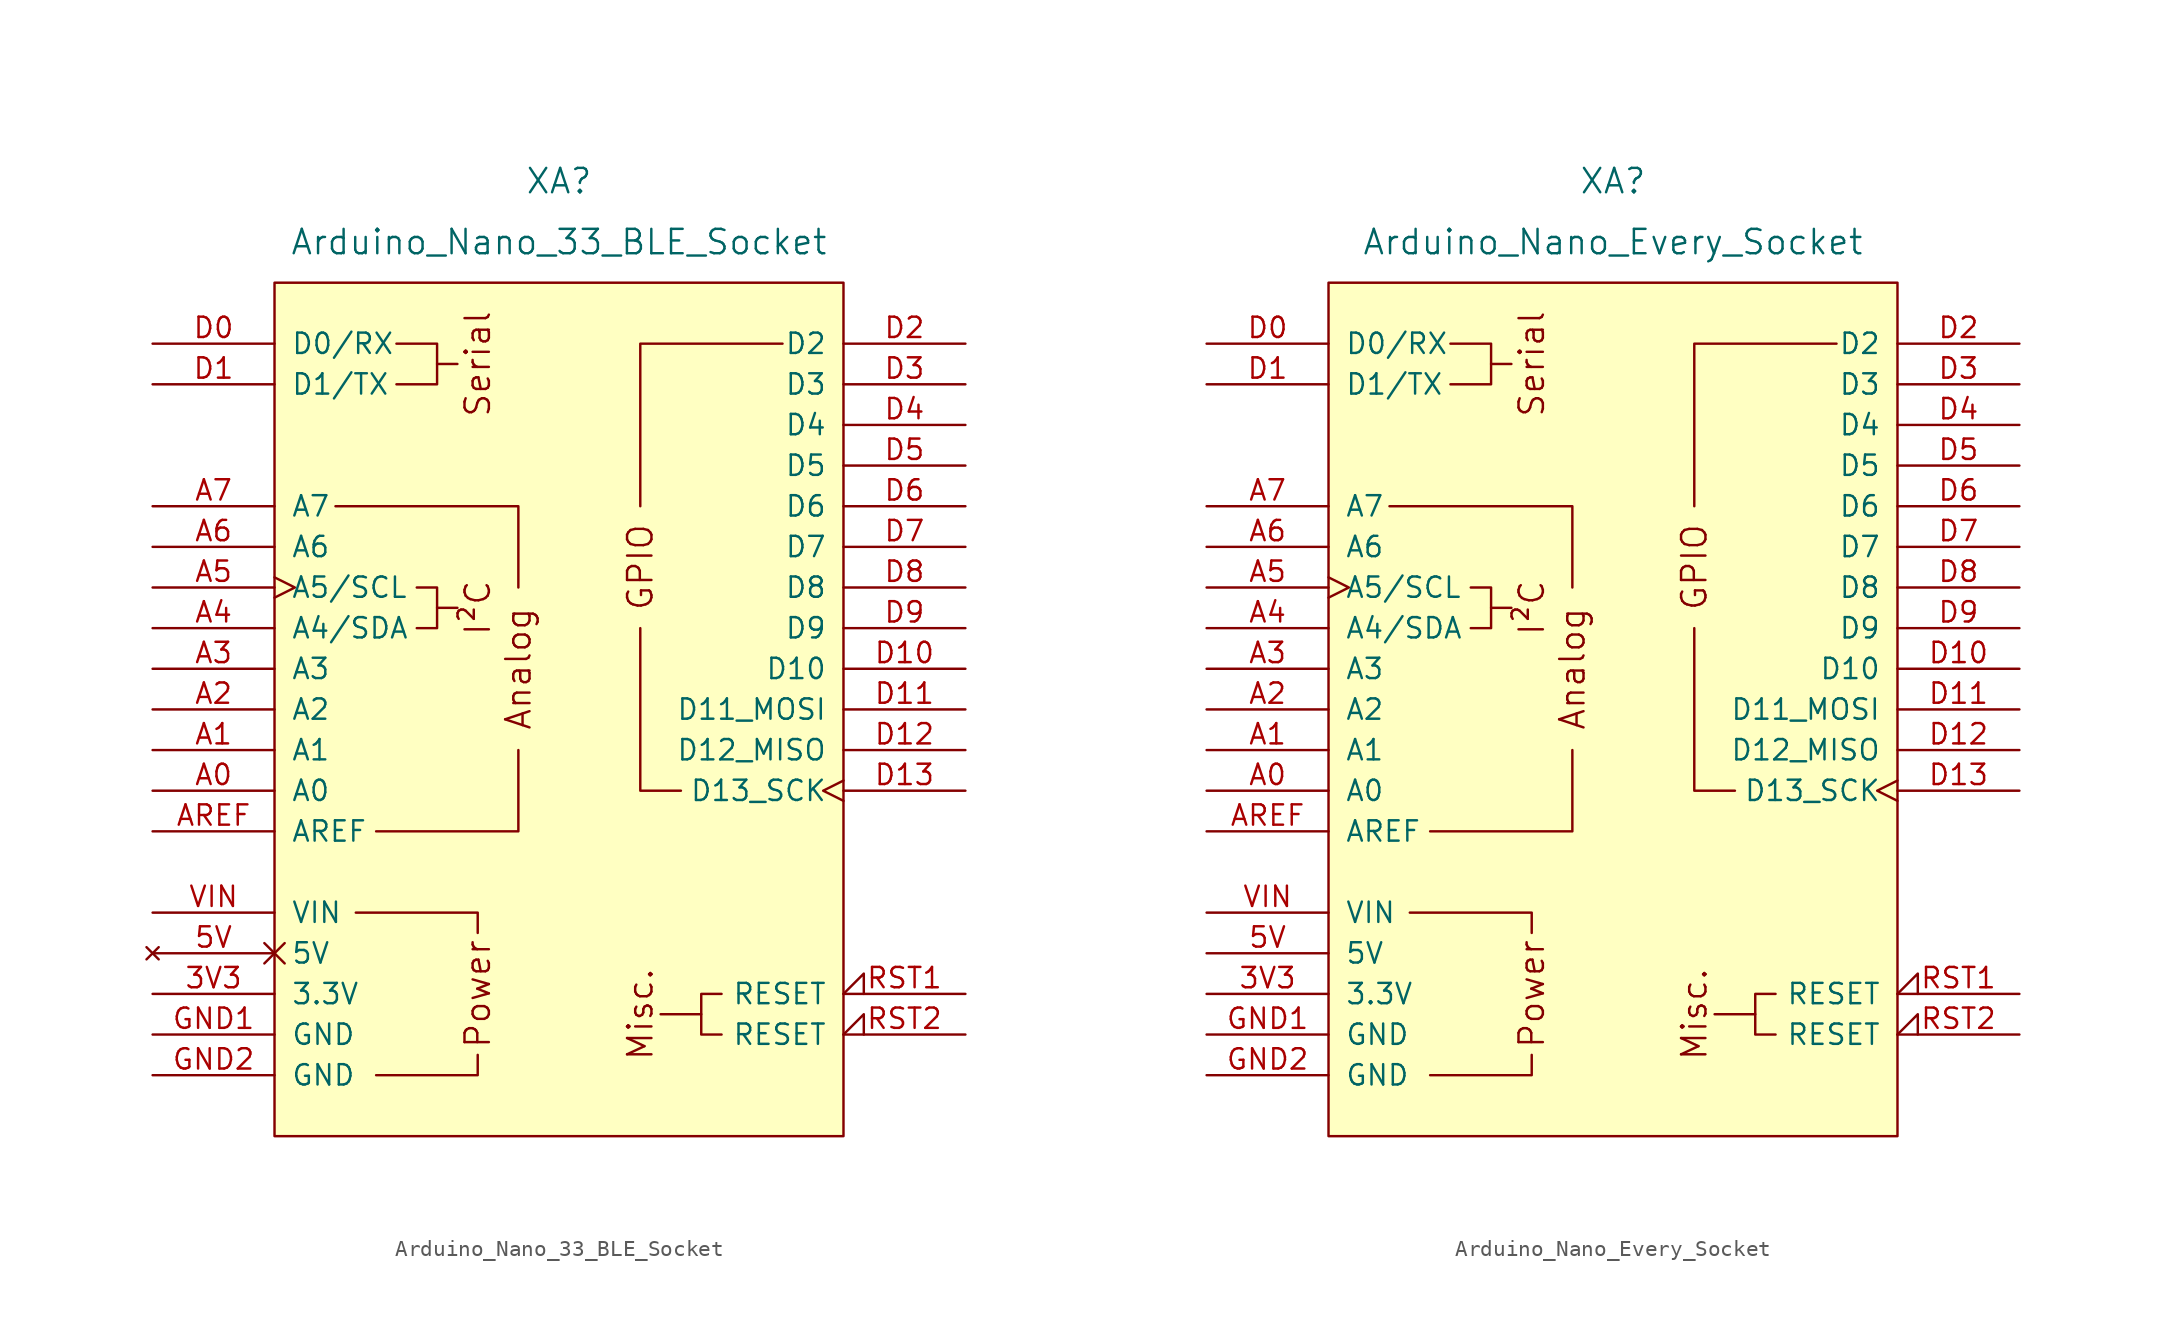
<source format=kicad_sym>
(kicad_symbol_lib
  (version 20211014)
  (generator kicad_symbol_editor)
  (symbol "Arduino_Nano_33_BLE_Socket"
    (pin_names
      (offset 1.016))
    (property "Reference" "XA"
      (at 0 33.02 0)
      (effects (font (size 1.524 1.524))))
    (property "Value" "Arduino_Nano_33_BLE_Socket"
      (at 0 29.21 0)
      (effects (font (size 1.524 1.524))))
    (symbol "Arduino_Nano_33_BLE_Socket_0_0"
      (rectangle (start -17.78 26.67) (end 17.78 -26.67) (stroke (width 0) (type default) (color 0 0 0 0)) (fill (type background)))
      (polyline (pts (xy -7.62 6.35) (xy -6.35 6.35)) (stroke (width 0) (type default) (color 0 0 0 0)) (fill (type none)))
      (polyline (pts (xy -7.62 21.59) (xy -6.35 21.59)) (stroke (width 0) (type default) (color 0 0 0 0)) (fill (type none)))
      (polyline (pts (xy 8.89 -19.05) (xy 6.35 -19.05)) (stroke (width 0) (type default) (color 0 0 0 0)) (fill (type none)))
      (polyline (pts (xy -11.43 -22.86) (xy -5.08 -22.86) (xy -5.08 -21.59)) (stroke (width 0) (type default) (color 0 0 0 0)) (fill (type none)))
      (polyline (pts (xy -5.08 -13.97) (xy -5.08 -12.7) (xy -12.7 -12.7)) (stroke (width 0) (type default) (color 0 0 0 0)) (fill (type none)))
      (polyline (pts (xy -10.16 22.86) (xy -7.62 22.86) (xy -7.62 20.32) (xy -10.16 20.32)) (stroke (width 0) (type default) (color 0 0 0 0)) (fill (type none)))
      (polyline (pts (xy -8.89 7.62) (xy -7.62 7.62) (xy -7.62 5.08) (xy -8.89 5.08)) (stroke (width 0) (type default) (color 0 0 0 0)) (fill (type none)))
      (text "Analog" (at -2.54 2.54 900) (effects (font (size 1.524 1.524))))
      (text "I²C" (at -5.08 6.35 900) (effects (font (size 1.524 1.524))))
      (text "Misc." (at 5.08 -19.05 900) (effects (font (size 1.524 1.524))))
      (text "Power" (at -5.08 -17.78 900) (effects (font (size 1.524 1.524))))
      (text "Serial" (at -5.08 21.59 900) (effects (font (size 1.524 1.524)))))
    (symbol "Arduino_Nano_33_BLE_Socket_0_1"
      (polyline (pts (xy -13.97 12.7) (xy -2.54 12.7) (xy -2.54 7.62)) (stroke (width 0) (type default) (color 0 0 0 0)) (fill (type none)))
      (polyline (pts (xy -11.43 -7.62) (xy -2.54 -7.62) (xy -2.54 -2.54)) (stroke (width 0) (type default) (color 0 0 0 0)) (fill (type none)))
      (polyline (pts (xy 7.62 -5.08) (xy 5.08 -5.08) (xy 5.08 5.08)) (stroke (width 0) (type default) (color 0 0 0 0)) (fill (type none)))
      (polyline (pts (xy 13.97 22.86) (xy 5.08 22.86) (xy 5.08 12.7)) (stroke (width 0) (type default) (color 0 0 0 0)) (fill (type none)))
      (polyline (pts (xy 10.16 -17.78) (xy 8.89 -17.78) (xy 8.89 -20.32) (xy 10.16 -20.32)) (stroke (width 0) (type default) (color 0 0 0 0)) (fill (type none))))
    (symbol "Arduino_Nano_33_BLE_Socket_1_0"
      (text "GPIO" (at 5.08 8.89 900) (effects (font (size 1.524 1.524)))))
    (symbol "Arduino_Nano_33_BLE_Socket_1_1"
      (pin power_in line (at -25.4 -17.78 0) (length 7.62) (name "3.3V" (effects (font (size 1.27 1.27)))) (number "3V3" (effects (font (size 1.27 1.27)))))
      (pin no_connect non_logic (at -25.4 -15.24 0) (length 7.62) (name "5V" (effects (font (size 1.27 1.27)))) (number "5V" (effects (font (size 1.27 1.27)))))
      (pin bidirectional line (at -25.4 -5.08 0) (length 7.62) (name "A0" (effects (font (size 1.27 1.27)))) (number "A0" (effects (font (size 1.27 1.27)))))
      (pin bidirectional line (at -25.4 -2.54 0) (length 7.62) (name "A1" (effects (font (size 1.27 1.27)))) (number "A1" (effects (font (size 1.27 1.27)))))
      (pin bidirectional line (at -25.4 0 0) (length 7.62) (name "A2" (effects (font (size 1.27 1.27)))) (number "A2" (effects (font (size 1.27 1.27)))))
      (pin bidirectional line (at -25.4 2.54 0) (length 7.62) (name "A3" (effects (font (size 1.27 1.27)))) (number "A3" (effects (font (size 1.27 1.27)))))
      (pin bidirectional line (at -25.4 5.08 0) (length 7.62) (name "A4/SDA" (effects (font (size 1.27 1.27)))) (number "A4" (effects (font (size 1.27 1.27)))))
      (pin bidirectional clock (at -25.4 7.62 0) (length 7.62) (name "A5/SCL" (effects (font (size 1.27 1.27)))) (number "A5" (effects (font (size 1.27 1.27)))))
      (pin input line (at -25.4 10.16 0) (length 7.62) (name "A6" (effects (font (size 1.27 1.27)))) (number "A6" (effects (font (size 1.27 1.27)))))
      (pin input line (at -25.4 12.7 0) (length 7.62) (name "A7" (effects (font (size 1.27 1.27)))) (number "A7" (effects (font (size 1.27 1.27)))))
      (pin input line (at -25.4 -7.62 0) (length 7.62) (name "AREF" (effects (font (size 1.27 1.27)))) (number "AREF" (effects (font (size 1.27 1.27)))))
      (pin bidirectional line (at -25.4 22.86 0) (length 7.62) (name "D0/RX" (effects (font (size 1.27 1.27)))) (number "D0" (effects (font (size 1.27 1.27)))))
      (pin bidirectional line (at -25.4 20.32 0) (length 7.62) (name "D1/TX" (effects (font (size 1.27 1.27)))) (number "D1" (effects (font (size 1.27 1.27)))))
      (pin bidirectional line (at 25.4 2.54 180) (length 7.62) (name "D10" (effects (font (size 1.27 1.27)))) (number "D10" (effects (font (size 1.27 1.27)))))
      (pin bidirectional line (at 25.4 0 180) (length 7.62) (name "D11_MOSI" (effects (font (size 1.27 1.27)))) (number "D11" (effects (font (size 1.27 1.27)))))
      (pin bidirectional line (at 25.4 -2.54 180) (length 7.62) (name "D12_MISO" (effects (font (size 1.27 1.27)))) (number "D12" (effects (font (size 1.27 1.27)))))
      (pin bidirectional clock (at 25.4 -5.08 180) (length 7.62) (name "D13_SCK" (effects (font (size 1.27 1.27)))) (number "D13" (effects (font (size 1.27 1.27)))))
      (pin bidirectional line (at 25.4 22.86 180) (length 7.62) (name "D2" (effects (font (size 1.27 1.27)))) (number "D2" (effects (font (size 1.27 1.27)))))
      (pin bidirectional line (at 25.4 20.32 180) (length 7.62) (name "D3" (effects (font (size 1.27 1.27)))) (number "D3" (effects (font (size 1.27 1.27)))))
      (pin bidirectional line (at 25.4 17.78 180) (length 7.62) (name "D4" (effects (font (size 1.27 1.27)))) (number "D4" (effects (font (size 1.27 1.27)))))
      (pin bidirectional line (at 25.4 15.24 180) (length 7.62) (name "D5" (effects (font (size 1.27 1.27)))) (number "D5" (effects (font (size 1.27 1.27)))))
      (pin bidirectional line (at 25.4 12.7 180) (length 7.62) (name "D6" (effects (font (size 1.27 1.27)))) (number "D6" (effects (font (size 1.27 1.27)))))
      (pin bidirectional line (at 25.4 10.16 180) (length 7.62) (name "D7" (effects (font (size 1.27 1.27)))) (number "D7" (effects (font (size 1.27 1.27)))))
      (pin bidirectional line (at 25.4 7.62 180) (length 7.62) (name "D8" (effects (font (size 1.27 1.27)))) (number "D8" (effects (font (size 1.27 1.27)))))
      (pin bidirectional line (at 25.4 5.08 180) (length 7.62) (name "D9" (effects (font (size 1.27 1.27)))) (number "D9" (effects (font (size 1.27 1.27)))))
      (pin power_in line (at -25.4 -20.32 0) (length 7.62) (name "GND" (effects (font (size 1.27 1.27)))) (number "GND1" (effects (font (size 1.27 1.27)))))
      (pin power_in line (at -25.4 -22.86 0) (length 7.62) (name "GND" (effects (font (size 1.27 1.27)))) (number "GND2" (effects (font (size 1.27 1.27)))))
      (pin open_collector input_low (at 25.4 -17.78 180) (length 7.62) (name "RESET" (effects (font (size 1.27 1.27)))) (number "RST1" (effects (font (size 1.27 1.27)))))
      (pin open_collector input_low (at 25.4 -20.32 180) (length 7.62) (name "RESET" (effects (font (size 1.27 1.27)))) (number "RST2" (effects (font (size 1.27 1.27)))))
      (pin power_in line (at -25.4 -12.7 0) (length 7.62) (name "VIN" (effects (font (size 1.27 1.27)))) (number "VIN" (effects (font (size 1.27 1.27)))))))
  (symbol "Arduino_Nano_Every_Socket"
    (pin_names
      (offset 1.016))
    (property "Reference" "XA"
      (at 0 33.02 0)
      (effects (font (size 1.524 1.524))))
    (property "Value" "Arduino_Nano_Every_Socket"
      (at 0 29.21 0)
      (effects (font (size 1.524 1.524))))
    (symbol "Arduino_Nano_Every_Socket_0_0"
      (rectangle (start -17.78 26.67) (end 17.78 -26.67) (stroke (width 0) (type default) (color 0 0 0 0)) (fill (type background)))
      (polyline (pts (xy -7.62 6.35) (xy -6.35 6.35)) (stroke (width 0) (type default) (color 0 0 0 0)) (fill (type none)))
      (polyline (pts (xy -7.62 21.59) (xy -6.35 21.59)) (stroke (width 0) (type default) (color 0 0 0 0)) (fill (type none)))
      (polyline (pts (xy 8.89 -19.05) (xy 6.35 -19.05)) (stroke (width 0) (type default) (color 0 0 0 0)) (fill (type none)))
      (polyline (pts (xy -11.43 -22.86) (xy -5.08 -22.86) (xy -5.08 -21.59)) (stroke (width 0) (type default) (color 0 0 0 0)) (fill (type none)))
      (polyline (pts (xy -5.08 -13.97) (xy -5.08 -12.7) (xy -12.7 -12.7)) (stroke (width 0) (type default) (color 0 0 0 0)) (fill (type none)))
      (polyline (pts (xy -10.16 22.86) (xy -7.62 22.86) (xy -7.62 20.32) (xy -10.16 20.32)) (stroke (width 0) (type default) (color 0 0 0 0)) (fill (type none)))
      (polyline (pts (xy -8.89 7.62) (xy -7.62 7.62) (xy -7.62 5.08) (xy -8.89 5.08)) (stroke (width 0) (type default) (color 0 0 0 0)) (fill (type none)))
      (text "Analog" (at -2.54 2.54 900) (effects (font (size 1.524 1.524))))
      (text "I²C" (at -5.08 6.35 900) (effects (font (size 1.524 1.524))))
      (text "Misc." (at 5.08 -19.05 900) (effects (font (size 1.524 1.524))))
      (text "Power" (at -5.08 -17.78 900) (effects (font (size 1.524 1.524))))
      (text "Serial" (at -5.08 21.59 900) (effects (font (size 1.524 1.524)))))
    (symbol "Arduino_Nano_Every_Socket_0_1"
      (polyline (pts (xy -13.97 12.7) (xy -2.54 12.7) (xy -2.54 7.62)) (stroke (width 0) (type default) (color 0 0 0 0)) (fill (type none)))
      (polyline (pts (xy -11.43 -7.62) (xy -2.54 -7.62) (xy -2.54 -2.54)) (stroke (width 0) (type default) (color 0 0 0 0)) (fill (type none)))
      (polyline (pts (xy 7.62 -5.08) (xy 5.08 -5.08) (xy 5.08 5.08)) (stroke (width 0) (type default) (color 0 0 0 0)) (fill (type none)))
      (polyline (pts (xy 13.97 22.86) (xy 5.08 22.86) (xy 5.08 12.7)) (stroke (width 0) (type default) (color 0 0 0 0)) (fill (type none)))
      (polyline (pts (xy 10.16 -17.78) (xy 8.89 -17.78) (xy 8.89 -20.32) (xy 10.16 -20.32)) (stroke (width 0) (type default) (color 0 0 0 0)) (fill (type none))))
    (symbol "Arduino_Nano_Every_Socket_1_0"
      (text "GPIO" (at 5.08 8.89 900) (effects (font (size 1.524 1.524)))))
    (symbol "Arduino_Nano_Every_Socket_1_1"
      (pin power_out line (at -25.4 -17.78 0) (length 7.62) (name "3.3V" (effects (font (size 1.27 1.27)))) (number "3V3" (effects (font (size 1.27 1.27)))))
      (pin power_in line (at -25.4 -15.24 0) (length 7.62) (name "5V" (effects (font (size 1.27 1.27)))) (number "5V" (effects (font (size 1.27 1.27)))))
      (pin bidirectional line (at -25.4 -5.08 0) (length 7.62) (name "A0" (effects (font (size 1.27 1.27)))) (number "A0" (effects (font (size 1.27 1.27)))))
      (pin bidirectional line (at -25.4 -2.54 0) (length 7.62) (name "A1" (effects (font (size 1.27 1.27)))) (number "A1" (effects (font (size 1.27 1.27)))))
      (pin bidirectional line (at -25.4 0 0) (length 7.62) (name "A2" (effects (font (size 1.27 1.27)))) (number "A2" (effects (font (size 1.27 1.27)))))
      (pin bidirectional line (at -25.4 2.54 0) (length 7.62) (name "A3" (effects (font (size 1.27 1.27)))) (number "A3" (effects (font (size 1.27 1.27)))))
      (pin bidirectional line (at -25.4 5.08 0) (length 7.62) (name "A4/SDA" (effects (font (size 1.27 1.27)))) (number "A4" (effects (font (size 1.27 1.27)))))
      (pin bidirectional clock (at -25.4 7.62 0) (length 7.62) (name "A5/SCL" (effects (font (size 1.27 1.27)))) (number "A5" (effects (font (size 1.27 1.27)))))
      (pin input line (at -25.4 10.16 0) (length 7.62) (name "A6" (effects (font (size 1.27 1.27)))) (number "A6" (effects (font (size 1.27 1.27)))))
      (pin input line (at -25.4 12.7 0) (length 7.62) (name "A7" (effects (font (size 1.27 1.27)))) (number "A7" (effects (font (size 1.27 1.27)))))
      (pin input line (at -25.4 -7.62 0) (length 7.62) (name "AREF" (effects (font (size 1.27 1.27)))) (number "AREF" (effects (font (size 1.27 1.27)))))
      (pin bidirectional line (at -25.4 22.86 0) (length 7.62) (name "D0/RX" (effects (font (size 1.27 1.27)))) (number "D0" (effects (font (size 1.27 1.27)))))
      (pin bidirectional line (at -25.4 20.32 0) (length 7.62) (name "D1/TX" (effects (font (size 1.27 1.27)))) (number "D1" (effects (font (size 1.27 1.27)))))
      (pin bidirectional line (at 25.4 2.54 180) (length 7.62) (name "D10" (effects (font (size 1.27 1.27)))) (number "D10" (effects (font (size 1.27 1.27)))))
      (pin bidirectional line (at 25.4 0 180) (length 7.62) (name "D11_MOSI" (effects (font (size 1.27 1.27)))) (number "D11" (effects (font (size 1.27 1.27)))))
      (pin bidirectional line (at 25.4 -2.54 180) (length 7.62) (name "D12_MISO" (effects (font (size 1.27 1.27)))) (number "D12" (effects (font (size 1.27 1.27)))))
      (pin bidirectional clock (at 25.4 -5.08 180) (length 7.62) (name "D13_SCK" (effects (font (size 1.27 1.27)))) (number "D13" (effects (font (size 1.27 1.27)))))
      (pin bidirectional line (at 25.4 22.86 180) (length 7.62) (name "D2" (effects (font (size 1.27 1.27)))) (number "D2" (effects (font (size 1.27 1.27)))))
      (pin bidirectional line (at 25.4 20.32 180) (length 7.62) (name "D3" (effects (font (size 1.27 1.27)))) (number "D3" (effects (font (size 1.27 1.27)))))
      (pin bidirectional line (at 25.4 17.78 180) (length 7.62) (name "D4" (effects (font (size 1.27 1.27)))) (number "D4" (effects (font (size 1.27 1.27)))))
      (pin bidirectional line (at 25.4 15.24 180) (length 7.62) (name "D5" (effects (font (size 1.27 1.27)))) (number "D5" (effects (font (size 1.27 1.27)))))
      (pin bidirectional line (at 25.4 12.7 180) (length 7.62) (name "D6" (effects (font (size 1.27 1.27)))) (number "D6" (effects (font (size 1.27 1.27)))))
      (pin bidirectional line (at 25.4 10.16 180) (length 7.62) (name "D7" (effects (font (size 1.27 1.27)))) (number "D7" (effects (font (size 1.27 1.27)))))
      (pin bidirectional line (at 25.4 7.62 180) (length 7.62) (name "D8" (effects (font (size 1.27 1.27)))) (number "D8" (effects (font (size 1.27 1.27)))))
      (pin bidirectional line (at 25.4 5.08 180) (length 7.62) (name "D9" (effects (font (size 1.27 1.27)))) (number "D9" (effects (font (size 1.27 1.27)))))
      (pin power_in line (at -25.4 -20.32 0) (length 7.62) (name "GND" (effects (font (size 1.27 1.27)))) (number "GND1" (effects (font (size 1.27 1.27)))))
      (pin power_in line (at -25.4 -22.86 0) (length 7.62) (name "GND" (effects (font (size 1.27 1.27)))) (number "GND2" (effects (font (size 1.27 1.27)))))
      (pin open_collector input_low (at 25.4 -17.78 180) (length 7.62) (name "RESET" (effects (font (size 1.27 1.27)))) (number "RST1" (effects (font (size 1.27 1.27)))))
      (pin open_collector input_low (at 25.4 -20.32 180) (length 7.62) (name "RESET" (effects (font (size 1.27 1.27)))) (number "RST2" (effects (font (size 1.27 1.27)))))
      (pin power_in line (at -25.4 -12.7 0) (length 7.62) (name "VIN" (effects (font (size 1.27 1.27)))) (number "VIN" (effects (font (size 1.27 1.27))))))))
</source>
